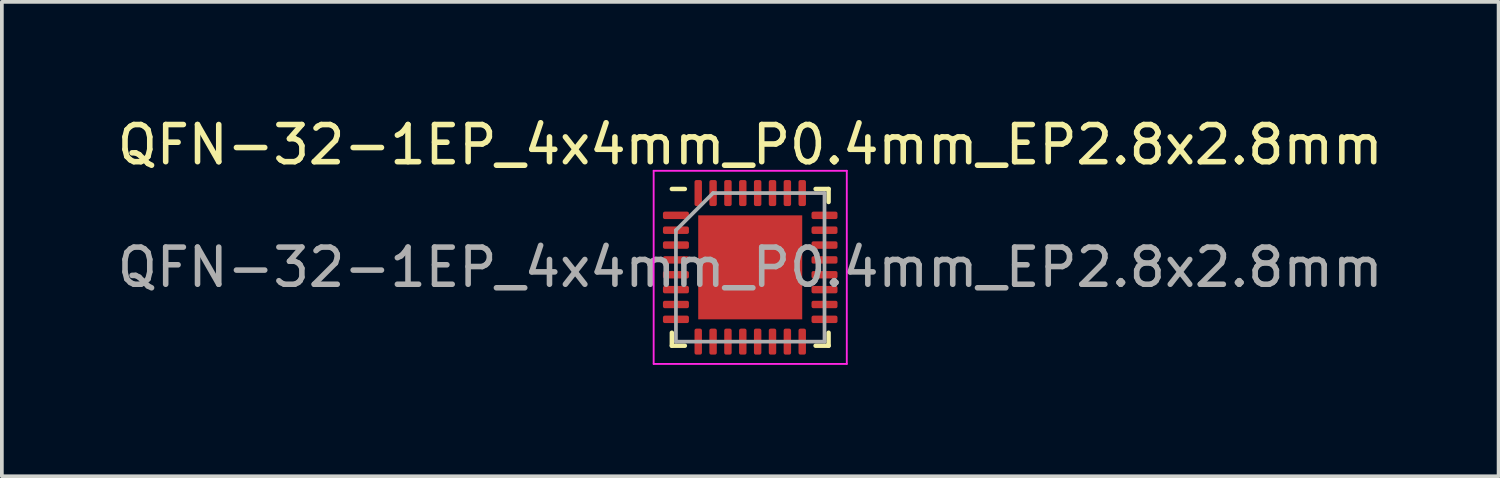
<source format=kicad_pcb>
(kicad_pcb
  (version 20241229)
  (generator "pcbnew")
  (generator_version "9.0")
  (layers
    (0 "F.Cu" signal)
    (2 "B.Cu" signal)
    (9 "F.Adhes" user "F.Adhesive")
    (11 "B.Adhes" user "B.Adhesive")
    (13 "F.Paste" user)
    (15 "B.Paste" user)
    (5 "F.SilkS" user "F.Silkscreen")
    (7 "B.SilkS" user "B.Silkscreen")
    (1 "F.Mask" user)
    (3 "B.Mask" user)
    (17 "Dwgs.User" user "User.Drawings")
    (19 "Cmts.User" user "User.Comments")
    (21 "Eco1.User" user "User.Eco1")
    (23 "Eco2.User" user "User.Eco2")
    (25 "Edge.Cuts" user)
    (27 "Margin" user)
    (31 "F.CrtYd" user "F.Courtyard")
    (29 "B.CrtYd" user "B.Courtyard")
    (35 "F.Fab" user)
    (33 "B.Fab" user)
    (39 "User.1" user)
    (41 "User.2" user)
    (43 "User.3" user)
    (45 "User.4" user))
  (footprint "QFN-32-1EP_4x4mm_P0.4mm_EP2.8x2.8mm"
    (layer "F.Cu")
    (at 17.149 4.148)
    (property "Reference" "QFN-32-1EP_4x4mm_P0.4mm_EP2.8x2.8mm" (at 0 -3.3 0) (layer "F.SilkS") (effects (font (size 1 1) (thickness 0.15))))
    (attr smd)
    (fp_line (start -2.11 2.11) (end -2.11 1.76) (stroke (width 0.12) (type solid)) (layer "F.SilkS"))
    (fp_line (start -1.76 -2.11) (end -2.11 -2.11) (stroke (width 0.12) (type solid)) (layer "F.SilkS"))
    (fp_line (start -1.76 2.11) (end -2.11 2.11) (stroke (width 0.12) (type solid)) (layer "F.SilkS"))
    (fp_line (start 1.76 -2.11) (end 2.11 -2.11) (stroke (width 0.12) (type solid)) (layer "F.SilkS"))
    (fp_line (start 1.76 2.11) (end 2.11 2.11) (stroke (width 0.12) (type solid)) (layer "F.SilkS"))
    (fp_line (start 2.11 -2.11) (end 2.11 -1.76) (stroke (width 0.12) (type solid)) (layer "F.SilkS"))
    (fp_line (start 2.11 2.11) (end 2.11 1.76) (stroke (width 0.12) (type solid)) (layer "F.SilkS"))
    (fp_line (start -2.6 -2.6) (end -2.6 2.6) (stroke (width 0.05) (type solid)) (layer "F.CrtYd"))
    (fp_line (start -2.6 2.6) (end 2.6 2.6) (stroke (width 0.05) (type solid)) (layer "F.CrtYd"))
    (fp_line (start 2.6 -2.6) (end -2.6 -2.6) (stroke (width 0.05) (type solid)) (layer "F.CrtYd"))
    (fp_line (start 2.6 2.6) (end 2.6 -2.6) (stroke (width 0.05) (type solid)) (layer "F.CrtYd"))
    (fp_line (start -2 -1) (end -1 -2) (stroke (width 0.1) (type solid)) (layer "F.Fab"))
    (fp_line (start -2 2) (end -2 -1) (stroke (width 0.1) (type solid)) (layer "F.Fab"))
    (fp_line (start -1 -2) (end 2 -2) (stroke (width 0.1) (type solid)) (layer "F.Fab"))
    (fp_line (start 2 -2) (end 2 2) (stroke (width 0.1) (type solid)) (layer "F.Fab"))
    (fp_line (start 2 2) (end -2 2) (stroke (width 0.1) (type solid)) (layer "F.Fab"))
    (fp_text user "${REFERENCE}" (at 0 0 0) (layer "F.Fab") (effects (font (size 1 1) (thickness 0.15))))
    (pad "" smd roundrect (at -0.725 -0.725) (size 1.17 1.17) (layers "F.Paste") (roundrect_rratio 0.214))
    (pad "" smd roundrect (at -0.725 0.725) (size 1.17 1.17) (layers "F.Paste") (roundrect_rratio 0.214))
    (pad "" smd roundrect (at 0.725 -0.725) (size 1.17 1.17) (layers "F.Paste") (roundrect_rratio 0.214))
    (pad "" smd roundrect (at 0.725 0.725) (size 1.17 1.17) (layers "F.Paste") (roundrect_rratio 0.214))
    (pad "1" smd roundrect (at -2 -1.4) (size 0.7 0.2) (layers "F.Cu" "F.Mask" "F.Paste") (roundrect_rratio 0.25))
    (pad "2" smd roundrect (at -2 -1) (size 0.7 0.2) (layers "F.Cu" "F.Mask" "F.Paste") (roundrect_rratio 0.25))
    (pad "3" smd roundrect (at -2 -0.6) (size 0.7 0.2) (layers "F.Cu" "F.Mask" "F.Paste") (roundrect_rratio 0.25))
    (pad "4" smd roundrect (at -2 -0.2) (size 0.7 0.2) (layers "F.Cu" "F.Mask" "F.Paste") (roundrect_rratio 0.25))
    (pad "5" smd roundrect (at -2 0.2) (size 0.7 0.2) (layers "F.Cu" "F.Mask" "F.Paste") (roundrect_rratio 0.25))
    (pad "6" smd roundrect (at -2 0.6) (size 0.7 0.2) (layers "F.Cu" "F.Mask" "F.Paste") (roundrect_rratio 0.25))
    (pad "7" smd roundrect (at -2 1) (size 0.7 0.2) (layers "F.Cu" "F.Mask" "F.Paste") (roundrect_rratio 0.25))
    (pad "8" smd roundrect (at -2 1.4) (size 0.7 0.2) (layers "F.Cu" "F.Mask" "F.Paste") (roundrect_rratio 0.25))
    (pad "9" smd roundrect (at -1.4 2) (size 0.2 0.7) (layers "F.Cu" "F.Mask" "F.Paste") (roundrect_rratio 0.25))
    (pad "10" smd roundrect (at -1 2) (size 0.2 0.7) (layers "F.Cu" "F.Mask" "F.Paste") (roundrect_rratio 0.25))
    (pad "11" smd roundrect (at -0.6 2) (size 0.2 0.7) (layers "F.Cu" "F.Mask" "F.Paste") (roundrect_rratio 0.25))
    (pad "12" smd roundrect (at -0.2 2) (size 0.2 0.7) (layers "F.Cu" "F.Mask" "F.Paste") (roundrect_rratio 0.25))
    (pad "13" smd roundrect (at 0.2 2) (size 0.2 0.7) (layers "F.Cu" "F.Mask" "F.Paste") (roundrect_rratio 0.25))
    (pad "14" smd roundrect (at 0.6 2) (size 0.2 0.7) (layers "F.Cu" "F.Mask" "F.Paste") (roundrect_rratio 0.25))
    (pad "15" smd roundrect (at 1 2) (size 0.2 0.7) (layers "F.Cu" "F.Mask" "F.Paste") (roundrect_rratio 0.25))
    (pad "16" smd roundrect (at 1.4 2) (size 0.2 0.7) (layers "F.Cu" "F.Mask" "F.Paste") (roundrect_rratio 0.25))
    (pad "17" smd roundrect (at 2 1.4) (size 0.7 0.2) (layers "F.Cu" "F.Mask" "F.Paste") (roundrect_rratio 0.25))
    (pad "18" smd roundrect (at 2 1) (size 0.7 0.2) (layers "F.Cu" "F.Mask" "F.Paste") (roundrect_rratio 0.25))
    (pad "19" smd roundrect (at 2 0.6) (size 0.7 0.2) (layers "F.Cu" "F.Mask" "F.Paste") (roundrect_rratio 0.25))
    (pad "20" smd roundrect (at 2 0.2) (size 0.7 0.2) (layers "F.Cu" "F.Mask" "F.Paste") (roundrect_rratio 0.25))
    (pad "21" smd roundrect (at 2 -0.2) (size 0.7 0.2) (layers "F.Cu" "F.Mask" "F.Paste") (roundrect_rratio 0.25))
    (pad "22" smd roundrect (at 2 -0.6) (size 0.7 0.2) (layers "F.Cu" "F.Mask" "F.Paste") (roundrect_rratio 0.25))
    (pad "23" smd roundrect (at 2 -1) (size 0.7 0.2) (layers "F.Cu" "F.Mask" "F.Paste") (roundrect_rratio 0.25))
    (pad "24" smd roundrect (at 2 -1.4) (size 0.7 0.2) (layers "F.Cu" "F.Mask" "F.Paste") (roundrect_rratio 0.25))
    (pad "25" smd roundrect (at 1.4 -2) (size 0.2 0.7) (layers "F.Cu" "F.Mask" "F.Paste") (roundrect_rratio 0.25))
    (pad "26" smd roundrect (at 1 -2) (size 0.2 0.7) (layers "F.Cu" "F.Mask" "F.Paste") (roundrect_rratio 0.25))
    (pad "27" smd roundrect (at 0.6 -2) (size 0.2 0.7) (layers "F.Cu" "F.Mask" "F.Paste") (roundrect_rratio 0.25))
    (pad "28" smd roundrect (at 0.2 -2) (size 0.2 0.7) (layers "F.Cu" "F.Mask" "F.Paste") (roundrect_rratio 0.25))
    (pad "29" smd roundrect (at -0.2 -2) (size 0.2 0.7) (layers "F.Cu" "F.Mask" "F.Paste") (roundrect_rratio 0.25))
    (pad "30" smd roundrect (at -0.6 -2) (size 0.2 0.7) (layers "F.Cu" "F.Mask" "F.Paste") (roundrect_rratio 0.25))
    (pad "31" smd roundrect (at -1 -2) (size 0.2 0.7) (layers "F.Cu" "F.Mask" "F.Paste") (roundrect_rratio 0.25))
    (pad "32" smd roundrect (at -1.4 -2) (size 0.2 0.7) (layers "F.Cu" "F.Mask" "F.Paste") (roundrect_rratio 0.25))
    (pad "33" smd rect (at 0 0) (size 2.8 2.8) (layers "F.Cu" "F.Mask")))
  (gr_rect
    (start -3 -3)
    (end 37.298 9.773)
    (stroke (width 0.1) (type default))
    (fill no)
    (layer "Edge.Cuts")))
</source>
